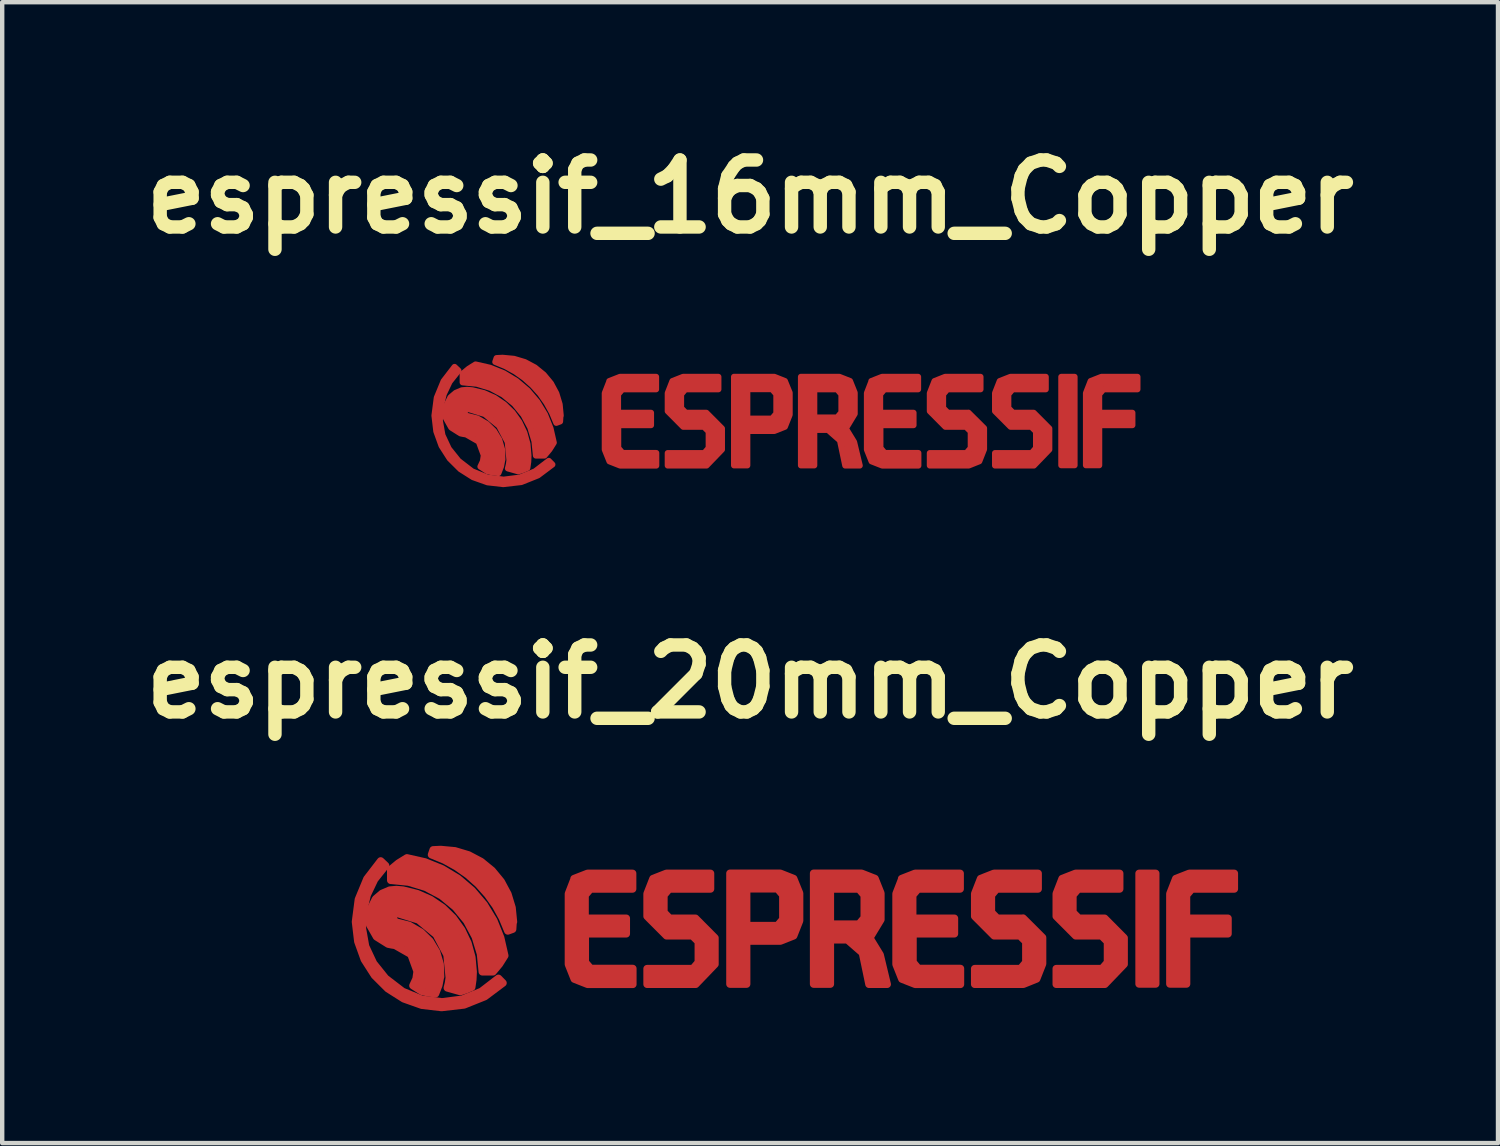
<source format=kicad_pcb>
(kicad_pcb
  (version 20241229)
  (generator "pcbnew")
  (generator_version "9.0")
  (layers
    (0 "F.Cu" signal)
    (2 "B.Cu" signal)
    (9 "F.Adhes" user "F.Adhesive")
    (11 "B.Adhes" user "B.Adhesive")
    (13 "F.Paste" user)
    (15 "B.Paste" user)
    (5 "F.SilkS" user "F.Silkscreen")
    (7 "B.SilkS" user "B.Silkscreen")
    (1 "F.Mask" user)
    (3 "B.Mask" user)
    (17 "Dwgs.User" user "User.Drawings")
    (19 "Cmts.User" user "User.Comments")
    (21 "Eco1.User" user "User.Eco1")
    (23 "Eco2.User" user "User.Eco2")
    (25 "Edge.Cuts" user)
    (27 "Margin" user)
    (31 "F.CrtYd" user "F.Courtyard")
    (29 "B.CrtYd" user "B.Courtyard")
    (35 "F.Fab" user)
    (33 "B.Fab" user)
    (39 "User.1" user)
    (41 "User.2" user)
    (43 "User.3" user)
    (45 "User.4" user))
  (footprint "espressif_16mm_Copper"
    (layer "F.Cu")
    (at 14.021 7.033)
    (property "Reference" "espressif_16mm_Copper" (at 0 -5.607 0) (layer "F.SilkS") (effects (font (size 1.524 1.524) (thickness 0.305))))
    (attr exclude_from_pos_files exclude_from_bom)
    (fp_poly (pts (xy -6.235 0.202) (xy -6.438 -0.000339) (xy -6.235 0.202)) (stroke (width 0.137) (type solid)) (fill yes) (layer "F.Cu"))
    (fp_poly (pts (xy 7.082 -1.507) (xy 7.385 -1.507) (xy 7.385 0.506) (xy 7.082 0.506) (xy 7.082 -1.507)) (stroke (width 0.137) (type solid)) (fill yes) (layer "F.Cu"))
    (fp_poly (pts (xy 8.049 -1.223) (xy 8.816 -1.223) (xy 8.816 -1.507) (xy 7.994 -1.507) (xy 7.994 -1.507) (xy 7.75 -1.411) (xy 7.643 -1.137) (xy 7.643 -1.137) (xy 7.643 0.506) (xy 7.946 0.506) (xy 7.946 -0.407) (xy 8.701 -0.407) (xy 8.701 -0.689) (xy 7.945 -0.689) (xy 7.945 -1.108) (xy 8.043 -1.223) (xy 8.049 -1.223)) (stroke (width 0.137) (type solid)) (fill yes) (layer "F.Cu"))
    (fp_poly (pts (xy 0.55 -1.508) (xy 0.499 -1.226) (xy 0.597 -1.111) (xy 0.597 -0.671) (xy 0.499 -0.556) (xy -0.063 -0.556) (xy -0.063 -1.226) (xy 0.499 -1.226) (xy 0.55 -1.508) (xy -0.366 -1.508) (xy -0.366 0.509) (xy -0.063 0.509) (xy -0.063 -0.274) (xy 0.55 -0.274) (xy 0.792 -0.37) (xy 0.901 -0.644) (xy 0.901 -1.145) (xy 0.792 -1.412) (xy 0.55 -1.508)) (stroke (width 0.137) (type solid)) (fill yes) (layer "F.Cu"))
    (fp_poly (pts (xy -3.201 -1.411) (xy -3.308 -1.137) (xy -3.308 0.15) (xy -3.201 0.417) (xy -2.957 0.513) (xy -2.135 0.513) (xy -2.135 0.226) (xy -2.902 0.226) (xy -3.001 0.111) (xy -3.001 -0.407) (xy -2.254 -0.407) (xy -2.254 -0.689) (xy -3.005 -0.689) (xy -3.005 -1.108) (xy -2.906 -1.223) (xy -2.139 -1.223) (xy -2.139 -1.507) (xy -2.961 -1.507) (xy -3.205 -1.411) (xy -3.201 -1.411)) (stroke (width 0.137) (type solid)) (fill yes) (layer "F.Cu"))
    (fp_poly (pts (xy 2.764 -1.411) (xy 2.658 -1.137) (xy 2.658 0.15) (xy 2.764 0.417) (xy 3.008 0.513) (xy 3.83 0.513) (xy 3.83 0.226) (xy 3.063 0.226) (xy 2.966 0.111) (xy 2.966 -0.407) (xy 3.72 -0.407) (xy 3.72 -0.689) (xy 2.96 -0.689) (xy 2.96 -1.108) (xy 3.057 -1.223) (xy 3.824 -1.223) (xy 3.824 -1.507) (xy 3.003 -1.507) (xy 2.759 -1.411) (xy 2.764 -1.411)) (stroke (width 0.137) (type solid)) (fill yes) (layer "F.Cu"))
    (fp_poly (pts (xy -4.309 -0.623) (xy -4.334 -0.881) (xy -4.409 -1.129) (xy -4.532 -1.358) (xy -4.697 -1.557) (xy -4.898 -1.721) (xy -5.127 -1.843) (xy -5.375 -1.917) (xy -5.633 -1.941) (xy -5.77 -1.934) (xy -5.8 -1.846) (xy -5.566 -1.749) (xy -5.344 -1.627) (xy -5.137 -1.48) (xy -4.948 -1.311) (xy -4.778 -1.122) (xy -4.632 -0.915) (xy -4.509 -0.693) (xy -4.411 -0.459) (xy -4.324 -0.491) (xy -4.315 -0.628) (xy -4.309 -0.623)) (stroke (width 0.137) (type solid)) (fill yes) (layer "F.Cu"))
    (fp_poly (pts (xy -4.467 -0.009) (xy -4.542 -0.337) (xy -4.668 -0.65) (xy -4.843 -0.938) (xy -5.061 -1.195) (xy -5.318 -1.413) (xy -5.606 -1.588) (xy -5.919 -1.714) (xy -6.248 -1.789) (xy -6.402 -1.693) (xy -6.542 -1.577) (xy -6.542 -1.381) (xy -6.217 -1.349) (xy -5.905 -1.254) (xy -5.617 -1.1) (xy -5.365 -0.893) (xy -5.157 -0.64) (xy -5.003 -0.353) (xy -4.908 -0.04) (xy -4.875 0.285) (xy -4.68 0.285) (xy -4.564 0.145) (xy -4.467 -0.009)) (stroke (width 0.137) (type solid)) (fill yes) (layer "F.Cu"))
    (fp_poly (pts (xy 2.181 -0.334) (xy 1.981 -0.582) (xy 1.461 -0.582) (xy 1.461 -1.223) (xy 1.981 -1.223) (xy 2.078 -1.108) (xy 2.078 -0.697) (xy 1.981 -0.582) (xy 2.181 -0.334) (xy 2.381 -0.665) (xy 2.381 -1.145) (xy 2.274 -1.412) (xy 2.03 -1.508) (xy 1.157 -1.508) (xy 1.157 0.509) (xy 1.461 0.509) (xy 1.461 -0.298) (xy 1.772 -0.298) (xy 2.045 -0.059) (xy 2.165 0.512) (xy 2.496 0.512) (xy 2.367 -0.024) (xy 2.181 -0.328) (xy 2.181 -0.334)) (stroke (width 0.137) (type solid)) (fill yes) (layer "F.Cu"))
    (fp_poly (pts (xy -0.995 -0.689) (xy -1.464 -0.689) (xy -1.57 -0.797) (xy -1.57 -1.108) (xy -1.473 -1.223) (xy -0.721 -1.223) (xy -0.721 -1.507) (xy -1.525 -1.507) (xy -1.768 -1.411) (xy -1.875 -1.137) (xy -1.875 -0.725) (xy -1.522 -0.37) (xy -1.522 -0.37) (xy -1.051 -0.37) (xy -1.051 -0.37) (xy -0.943 -0.262) (xy -0.943 -0.262) (xy -0.943 0.113) (xy -1.041 0.228) (xy -1.875 0.228) (xy -1.875 0.512) (xy -0.991 0.512) (xy -0.64 0.148) (xy -0.64 -0.332) (xy -0.995 -0.689)) (stroke (width 0.137) (type solid)) (fill yes) (layer "F.Cu"))
    (fp_poly (pts (xy 6.455 -0.689) (xy 5.985 -0.689) (xy 5.877 -0.797) (xy 5.877 -1.108) (xy 5.974 -1.223) (xy 6.729 -1.223) (xy 6.729 -1.507) (xy 5.925 -1.507) (xy 5.681 -1.411) (xy 5.574 -1.137) (xy 5.574 -0.725) (xy 5.928 -0.37) (xy 5.928 -0.37) (xy 6.399 -0.37) (xy 6.399 -0.37) (xy 6.507 -0.262) (xy 6.507 -0.262) (xy 6.507 0.113) (xy 6.408 0.228) (xy 5.574 0.228) (xy 5.574 0.512) (xy 6.459 0.512) (xy 6.81 0.148) (xy 6.81 -0.332) (xy 6.455 -0.689)) (stroke (width 0.137) (type solid)) (fill yes) (layer "F.Cu"))
    (fp_poly (pts (xy -5.618 0.935) (xy -5.976 0.894) (xy -6.305 0.777) (xy -6.595 0.593) (xy -6.838 0.351) (xy -7.023 0.062) (xy -7.142 -0.267) (xy -7.184 -0.625) (xy -7.131 -1.032) (xy -6.976 -1.408) (xy -6.726 -1.733) (xy -6.637 -1.649) (xy -6.838 -1.396) (xy -6.972 -1.113) (xy -7.045 -0.813) (xy -7.06 -0.507) (xy -7.001 -0.178) (xy -6.857 0.13) (xy -6.637 0.405) (xy -6.328 0.643) (xy -5.979 0.785) (xy -5.61 0.833) (xy -5.241 0.786) (xy -4.892 0.643) (xy -4.582 0.405) (xy -4.499 0.489) (xy -4.828 0.736) (xy -5.208 0.888) (xy -5.618 0.935)) (stroke (width 0.137) (type solid)) (fill yes) (layer "F.Cu"))
    (fp_poly (pts (xy 4.97 -0.689) (xy 4.501 -0.689) (xy 4.501 -0.689) (xy 4.393 -0.797) (xy 4.393 -0.797) (xy 4.393 -1.108) (xy 4.393 -1.108) (xy 4.49 -1.223) (xy 4.49 -1.223) (xy 5.244 -1.223) (xy 5.244 -1.507) (xy 4.439 -1.507) (xy 4.197 -1.411) (xy 4.09 -1.137) (xy 4.09 -0.725) (xy 4.443 -0.37) (xy 4.443 -0.37) (xy 4.913 -0.37) (xy 4.913 -0.37) (xy 5.021 -0.262) (xy 5.021 -0.262) (xy 5.021 0.113) (xy 4.924 0.228) (xy 4.924 0.228) (xy 4.09 0.228) (xy 4.09 0.512) (xy 4.975 0.512) (xy 5.217 0.415) (xy 5.325 0.141) (xy 5.325 -0.339) (xy 4.97 -0.692) (xy 4.97 -0.689)) (stroke (width 0.137) (type solid)) (fill yes) (layer "F.Cu"))
    (fp_poly (pts (xy -5.636 0.375) (xy -5.644 0.145) (xy -5.709 -0.076) (xy -5.828 -0.273) (xy -5.993 -0.434) (xy -6.209 -0.56) (xy -6.452 -0.621) (xy -6.524 -0.708) (xy -6.435 -0.782) (xy -6.036 -0.659) (xy -5.713 -0.393) (xy -5.517 -0.023) (xy -5.477 0.393) (xy -5.49 0.486) (xy -5.512 0.578) (xy -5.274 0.645) (xy -5.17 0.61) (xy -5.069 0.567) (xy -5.049 0.427) (xy -5.043 0.286) (xy -5.066 0.02) (xy -5.137 -0.237) (xy -5.251 -0.477) (xy -5.406 -0.694) (xy -5.597 -0.88) (xy -5.818 -1.03) (xy -6.061 -1.138) (xy -6.32 -1.201) (xy -6.44 -1.212) (xy -6.56 -1.201) (xy -6.701 -1.141) (xy -6.819 -1.041) (xy -6.931 -0.818) (xy -6.924 -0.569) (xy -6.801 -0.352) (xy -6.59 -0.219) (xy -6.526 -0.206) (xy -6.461 -0.196) (xy -6.175 -0.032) (xy -6.061 0.278) (xy -6.081 0.413) (xy -6.138 0.536) (xy -5.974 0.642) (xy -5.852 0.669) (xy -5.727 0.683) (xy -5.668 0.53) (xy -5.637 0.368) (xy -5.636 0.375)) (stroke (width 0.137) (type solid)) (fill yes) (layer "F.Cu")))
  (footprint "espressif_20mm_Copper"
    (layer "F.Cu")
    (at 14.021 18.71)
    (property "Reference" "espressif_20mm_Copper" (at 0 -6.247 0) (layer "F.SilkS") (effects (font (size 1.524 1.524) (thickness 0.305))))
    (attr exclude_from_pos_files exclude_from_bom)
    (fp_poly (pts (xy -7.794 0.253) (xy -8.047 -0.000424) (xy -7.794 0.253)) (stroke (width 0.171) (type solid)) (fill yes) (layer "F.Cu"))
    (fp_poly (pts (xy 8.853 -1.883) (xy 9.231 -1.883) (xy 9.231 0.633) (xy 8.853 0.633) (xy 8.853 -1.883)) (stroke (width 0.171) (type solid)) (fill yes) (layer "F.Cu"))
    (fp_poly (pts (xy 10.061 -1.529) (xy 11.02 -1.529) (xy 11.02 -1.883) (xy 9.993 -1.883) (xy 9.688 -1.764) (xy 9.554 -1.421) (xy 9.554 0.633) (xy 9.933 0.633) (xy 9.933 -0.509) (xy 10.876 -0.509) (xy 10.876 -0.861) (xy 9.931 -0.861) (xy 9.931 -1.385) (xy 10.054 -1.529) (xy 10.061 -1.529)) (stroke (width 0.171) (type solid)) (fill yes) (layer "F.Cu"))
    (fp_poly (pts (xy 0.688 -1.885) (xy 0.624 -1.533) (xy 0.746 -1.389) (xy 0.746 -0.839) (xy 0.624 -0.695) (xy -0.079 -0.695) (xy -0.079 -1.533) (xy 0.624 -1.533) (xy 0.688 -1.885) (xy -0.458 -1.885) (xy -0.458 0.636) (xy -0.079 0.636) (xy -0.079 -0.343) (xy 0.688 -0.343) (xy 0.991 -0.463) (xy 1.126 -0.805) (xy 1.126 -1.432) (xy 0.991 -1.765) (xy 0.688 -1.885)) (stroke (width 0.171) (type solid)) (fill yes) (layer "F.Cu"))
    (fp_poly (pts (xy -4.001 -1.764) (xy -4.134 -1.421) (xy -4.134 0.188) (xy -4.001 0.522) (xy -3.696 0.642) (xy -2.669 0.642) (xy -2.669 0.282) (xy -3.628 0.282) (xy -3.751 0.138) (xy -3.751 -0.509) (xy -2.818 -0.509) (xy -2.818 -0.861) (xy -3.756 -0.861) (xy -3.756 -1.385) (xy -3.633 -1.529) (xy -2.674 -1.529) (xy -2.674 -1.883) (xy -3.701 -1.883) (xy -4.006 -1.764) (xy -4.001 -1.764)) (stroke (width 0.171) (type solid)) (fill yes) (layer "F.Cu"))
    (fp_poly (pts (xy 3.455 -1.764) (xy 3.322 -1.421) (xy 3.322 0.188) (xy 3.455 0.522) (xy 3.76 0.642) (xy 4.787 0.642) (xy 4.787 0.282) (xy 3.829 0.282) (xy 3.707 0.138) (xy 3.707 0.138) (xy 3.707 -0.509) (xy 4.65 -0.509) (xy 4.65 -0.861) (xy 3.7 -0.861) (xy 3.7 -1.385) (xy 3.822 -1.529) (xy 4.78 -1.529) (xy 4.78 -1.883) (xy 3.753 -1.883) (xy 3.449 -1.764) (xy 3.455 -1.764)) (stroke (width 0.171) (type solid)) (fill yes) (layer "F.Cu"))
    (fp_poly (pts (xy -5.386 -0.779) (xy -5.418 -1.102) (xy -5.512 -1.411) (xy -5.665 -1.697) (xy -5.871 -1.947) (xy -6.122 -2.152) (xy -6.408 -2.303) (xy -6.718 -2.396) (xy -7.041 -2.426) (xy -7.212 -2.418) (xy -7.25 -2.308) (xy -6.957 -2.187) (xy -6.68 -2.033) (xy -6.421 -1.85) (xy -6.184 -1.639) (xy -5.973 -1.402) (xy -5.789 -1.144) (xy -5.636 -0.867) (xy -5.514 -0.574) (xy -5.405 -0.613) (xy -5.394 -0.784) (xy -5.386 -0.779)) (stroke (width 0.171) (type solid)) (fill yes) (layer "F.Cu"))
    (fp_poly (pts (xy -5.584 -0.011) (xy -5.678 -0.422) (xy -5.835 -0.812) (xy -6.054 -1.173) (xy -6.327 -1.494) (xy -6.647 -1.767) (xy -7.008 -1.985) (xy -7.399 -2.143) (xy -7.81 -2.236) (xy -8.003 -2.116) (xy -8.178 -1.971) (xy -8.178 -1.726) (xy -7.771 -1.686) (xy -7.381 -1.567) (xy -7.021 -1.375) (xy -6.706 -1.116) (xy -6.447 -0.801) (xy -6.254 -0.441) (xy -6.135 -0.05) (xy -6.094 0.356) (xy -5.85 0.356) (xy -5.705 0.181) (xy -5.584 -0.011)) (stroke (width 0.171) (type solid)) (fill yes) (layer "F.Cu"))
    (fp_poly (pts (xy -1.243 -0.861) (xy -1.83 -0.861) (xy -1.962 -0.997) (xy -1.962 -1.385) (xy -1.841 -1.529) (xy -0.901 -1.529) (xy -0.901 -1.883) (xy -1.906 -1.883) (xy -2.21 -1.764) (xy -2.344 -1.421) (xy -2.344 -1.421) (xy -2.344 -0.906) (xy -2.344 -0.906) (xy -1.902 -0.463) (xy -1.313 -0.463) (xy -1.178 -0.327) (xy -1.178 0.142) (xy -1.301 0.285) (xy -2.344 0.285) (xy -2.344 0.64) (xy -1.238 0.64) (xy -0.8 0.184) (xy -0.8 -0.415) (xy -1.243 -0.861)) (stroke (width 0.171) (type solid)) (fill yes) (layer "F.Cu"))
    (fp_poly (pts (xy 6.213 -0.861) (xy 5.626 -0.861) (xy 5.491 -0.997) (xy 5.491 -1.385) (xy 5.612 -1.529) (xy 6.555 -1.529) (xy 6.555 -1.883) (xy 5.549 -1.883) (xy 5.246 -1.764) (xy 5.112 -1.421) (xy 5.112 -0.906) (xy 5.554 -0.463) (xy 6.141 -0.463) (xy 6.276 -0.327) (xy 6.276 0.142) (xy 6.155 0.285) (xy 5.112 0.285) (xy 5.112 0.64) (xy 6.218 0.64) (xy 6.521 0.518) (xy 6.656 0.176) (xy 6.656 -0.423) (xy 6.213 -0.865) (xy 6.213 -0.861)) (stroke (width 0.171) (type solid)) (fill yes) (layer "F.Cu"))
    (fp_poly (pts (xy 2.726 -0.418) (xy 2.476 -0.728) (xy 1.826 -0.728) (xy 1.826 -1.529) (xy 2.476 -1.529) (xy 2.598 -1.385) (xy 2.598 -0.872) (xy 2.476 -0.728) (xy 2.726 -0.418) (xy 2.976 -0.831) (xy 2.976 -1.432) (xy 2.843 -1.765) (xy 2.538 -1.885) (xy 1.446 -1.885) (xy 1.446 0.636) (xy 1.826 0.636) (xy 1.826 -0.372) (xy 2.214 -0.372) (xy 2.557 -0.074) (xy 2.706 0.64) (xy 3.12 0.64) (xy 2.959 -0.03) (xy 2.959 -0.03) (xy 2.726 -0.41) (xy 2.726 -0.418)) (stroke (width 0.171) (type solid)) (fill yes) (layer "F.Cu"))
    (fp_poly (pts (xy 8.069 -0.861) (xy 7.481 -0.861) (xy 7.346 -0.997) (xy 7.346 -1.385) (xy 7.468 -1.529) (xy 8.411 -1.529) (xy 8.411 -1.883) (xy 7.406 -1.883) (xy 7.406 -1.883) (xy 7.101 -1.764) (xy 6.968 -1.421) (xy 6.968 -1.421) (xy 6.968 -0.906) (xy 6.968 -0.906) (xy 7.41 -0.463) (xy 7.998 -0.463) (xy 8.134 -0.327) (xy 8.134 0.142) (xy 8.01 0.285) (xy 6.968 0.285) (xy 6.968 0.64) (xy 8.074 0.64) (xy 8.512 0.184) (xy 8.512 -0.415) (xy 8.069 -0.861)) (stroke (width 0.171) (type solid)) (fill yes) (layer "F.Cu"))
    (fp_poly (pts (xy -7.022 1.169) (xy -7.47 1.117) (xy -7.881 0.971) (xy -8.244 0.741) (xy -8.547 0.439) (xy -8.779 0.077) (xy -8.927 -0.334) (xy -8.98 -0.781) (xy -8.914 -1.29) (xy -8.72 -1.759) (xy -8.407 -2.166) (xy -8.296 -2.061) (xy -8.547 -1.745) (xy -8.715 -1.392) (xy -8.806 -1.016) (xy -8.825 -0.634) (xy -8.752 -0.223) (xy -8.571 0.163) (xy -8.296 0.506) (xy -7.909 0.803) (xy -7.474 0.982) (xy -7.013 1.041) (xy -6.552 0.982) (xy -6.115 0.804) (xy -5.728 0.506) (xy -5.624 0.611) (xy -6.036 0.92) (xy -6.51 1.11) (xy -7.022 1.169)) (stroke (width 0.171) (type solid)) (fill yes) (layer "F.Cu"))
    (fp_poly (pts (xy -7.044 0.469) (xy -7.055 0.181) (xy -7.137 -0.095) (xy -7.285 -0.342) (xy -7.491 -0.543) (xy -7.761 -0.7) (xy -8.065 -0.776) (xy -8.155 -0.885) (xy -8.044 -0.978) (xy -7.545 -0.824) (xy -7.142 -0.491) (xy -6.897 -0.029) (xy -6.846 0.491) (xy -6.862 0.608) (xy -6.89 0.722) (xy -6.592 0.806) (xy -6.462 0.762) (xy -6.336 0.708) (xy -6.311 0.534) (xy -6.303 0.357) (xy -6.333 0.026) (xy -6.421 -0.296) (xy -6.564 -0.597) (xy -6.758 -0.868) (xy -6.996 -1.1) (xy -7.272 -1.287) (xy -7.577 -1.422) (xy -7.9 -1.502) (xy -8.05 -1.515) (xy -8.2 -1.502) (xy -8.377 -1.426) (xy -8.523 -1.301) (xy -8.664 -1.023) (xy -8.656 -0.711) (xy -8.501 -0.44) (xy -8.237 -0.274) (xy -8.157 -0.258) (xy -8.077 -0.245) (xy -7.718 -0.04) (xy -7.577 0.347) (xy -7.601 0.516) (xy -7.673 0.671) (xy -7.467 0.802) (xy -7.314 0.836) (xy -7.159 0.854) (xy -7.085 0.662) (xy -7.046 0.46) (xy -7.044 0.469)) (stroke (width 0.171) (type solid)) (fill yes) (layer "F.Cu")))
  (gr_rect
    (start -3 -3)
    (end 31.042 22.965)
    (stroke (width 0.1) (type default))
    (fill no)
    (layer "Edge.Cuts")))
</source>
